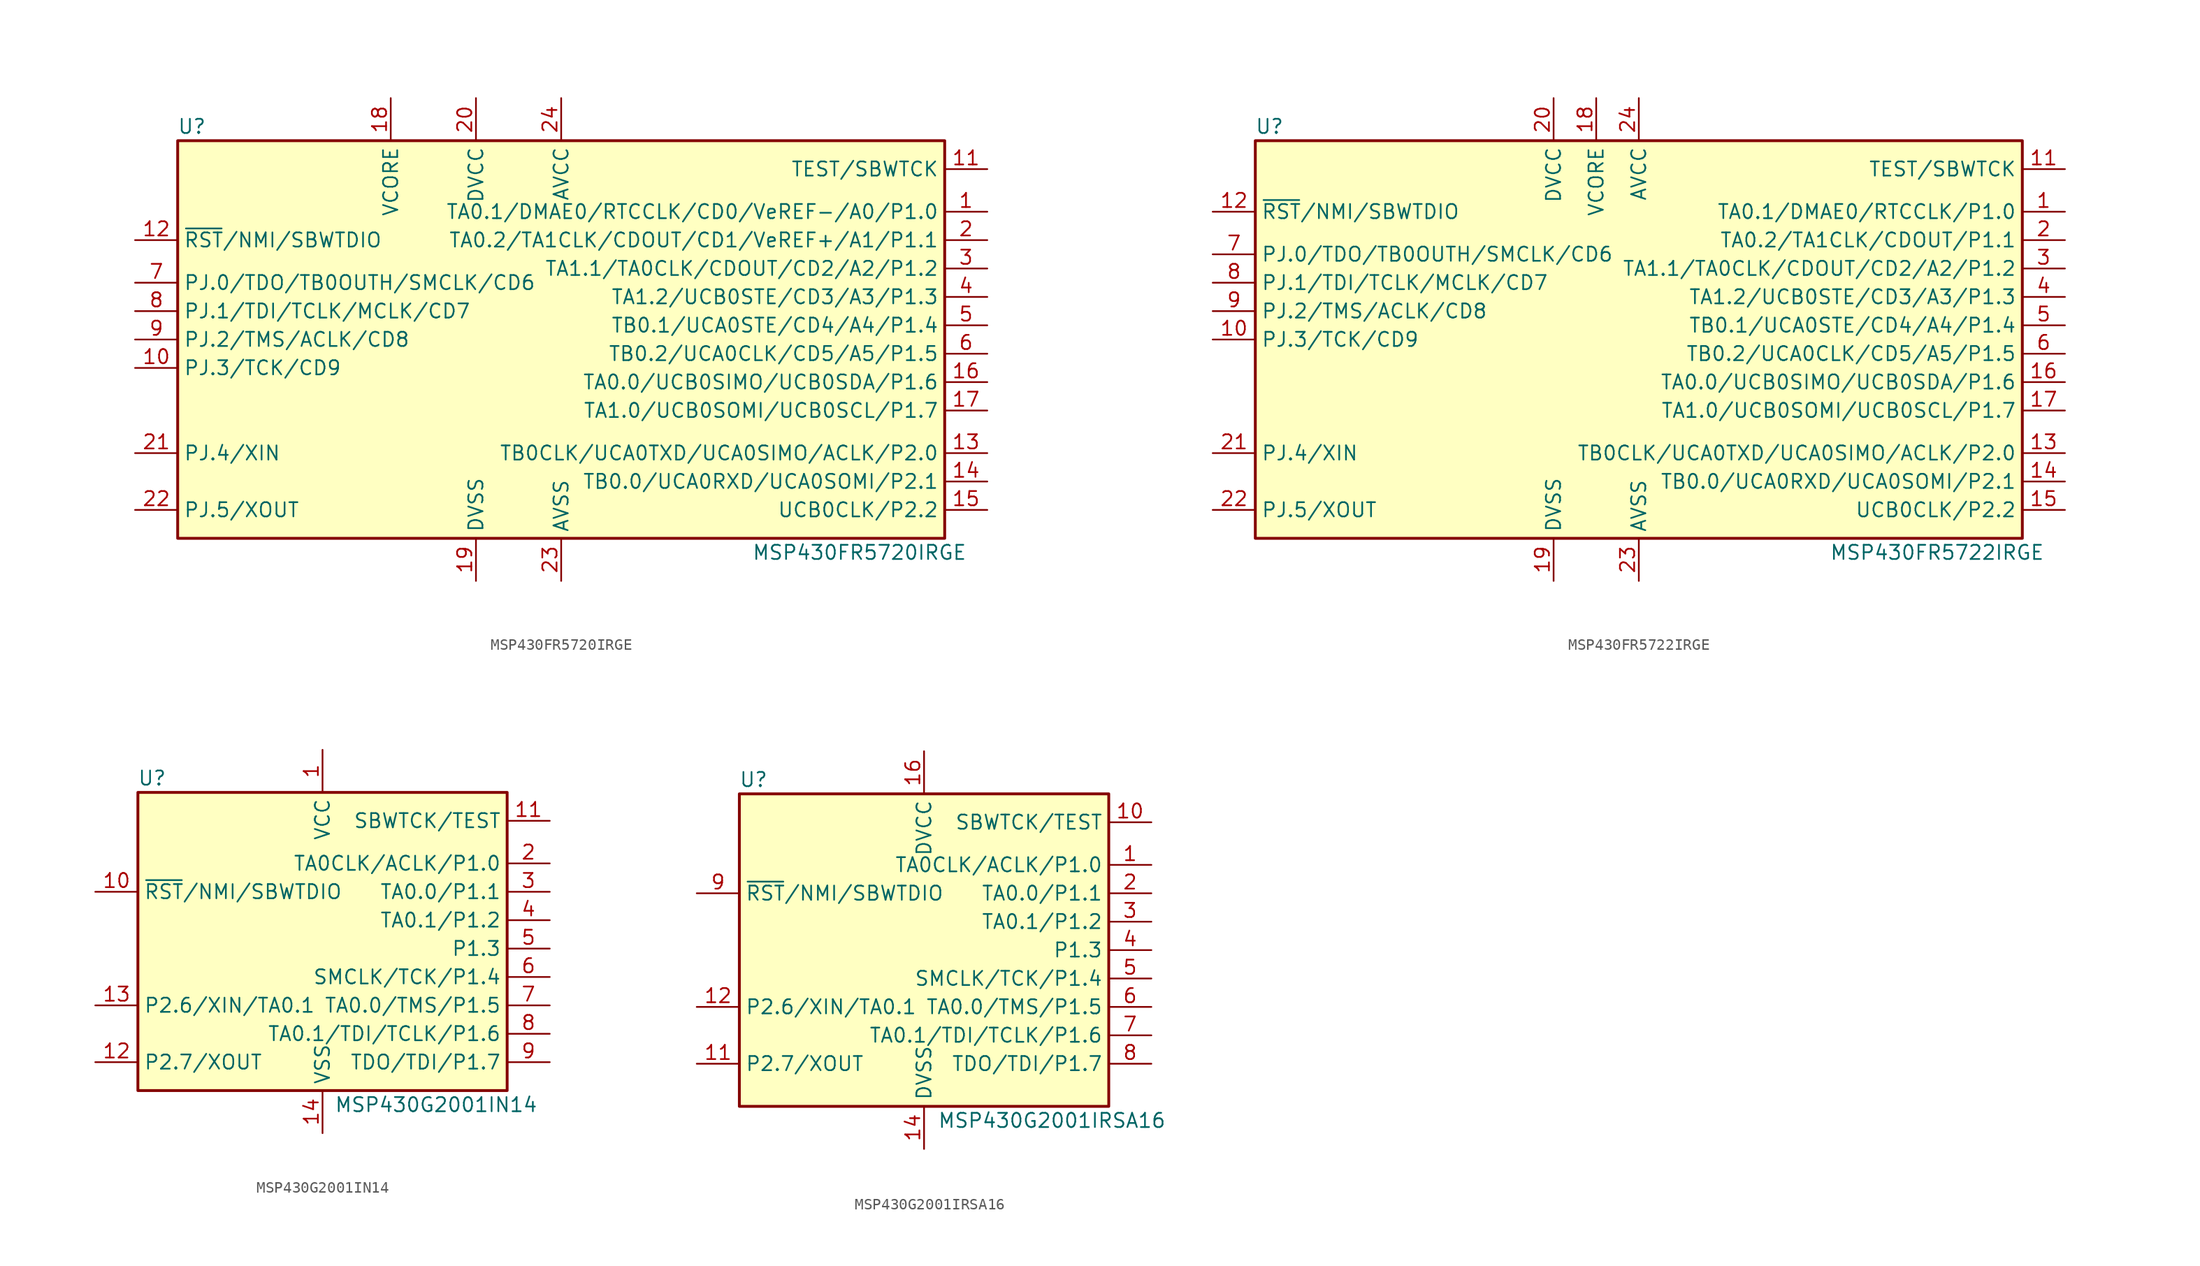
<source format=kicad_sym>
(kicad_symbol_lib
  (version 20211014)
  (generator kicad_symbol_editor)
  (symbol "MSP430FR5720IRGE"
    (property "Reference" "U"
      (at -33.02 19.05 0)
      (effects (font (size 1.27 1.27))))
    (property "Value" "MSP430FR5720IRGE"
      (at 26.67 -19.05 0)
      (effects (font (size 1.27 1.27))))
    (symbol "MSP430FR5720IRGE_0_1"
      (rectangle (start -34.29 17.78) (end 34.29 -17.78) (stroke (width 0.254) (type default) (color 0 0 0 0)) (fill (type background))))
    (symbol "MSP430FR5720IRGE_1_1"
      (pin bidirectional line (at 38.1 11.43 180) (length 3.81) (name "TA0.1/DMAE0/RTCCLK/CD0/VeREF-/A0/P1.0" (effects (font (size 1.27 1.27)))) (number "1" (effects (font (size 1.27 1.27)))))
      (pin bidirectional line (at -38.1 -2.54 0) (length 3.81) (name "PJ.3/TCK/CD9" (effects (font (size 1.27 1.27)))) (number "10" (effects (font (size 1.27 1.27)))))
      (pin input line (at 38.1 15.24 180) (length 3.81) (name "TEST/SBWTCK" (effects (font (size 1.27 1.27)))) (number "11" (effects (font (size 1.27 1.27)))))
      (pin input line (at -38.1 8.89 0) (length 3.81) (name "~{RST}/NMI/SBWTDIO" (effects (font (size 1.27 1.27)))) (number "12" (effects (font (size 1.27 1.27)))))
      (pin input line (at 38.1 -10.16 180) (length 3.81) (name "TB0CLK/UCA0TXD/UCA0SIMO/ACLK/P2.0" (effects (font (size 1.27 1.27)))) (number "13" (effects (font (size 1.27 1.27)))))
      (pin input line (at 38.1 -12.7 180) (length 3.81) (name "TB0.0/UCA0RXD/UCA0SOMI/P2.1" (effects (font (size 1.27 1.27)))) (number "14" (effects (font (size 1.27 1.27)))))
      (pin input line (at 38.1 -15.24 180) (length 3.81) (name "UCB0CLK/P2.2" (effects (font (size 1.27 1.27)))) (number "15" (effects (font (size 1.27 1.27)))))
      (pin input line (at 38.1 -3.81 180) (length 3.81) (name "TA0.0/UCB0SIMO/UCB0SDA/P1.6" (effects (font (size 1.27 1.27)))) (number "16" (effects (font (size 1.27 1.27)))))
      (pin input line (at 38.1 -6.35 180) (length 3.81) (name "TA1.0/UCB0SOMI/UCB0SCL/P1.7" (effects (font (size 1.27 1.27)))) (number "17" (effects (font (size 1.27 1.27)))))
      (pin input line (at -15.24 21.59 270) (length 3.81) (name "VCORE" (effects (font (size 1.27 1.27)))) (number "18" (effects (font (size 1.27 1.27)))))
      (pin power_in line (at -7.62 -21.59 90) (length 3.81) (name "DVSS" (effects (font (size 1.27 1.27)))) (number "19" (effects (font (size 1.27 1.27)))))
      (pin bidirectional line (at 38.1 8.89 180) (length 3.81) (name "TA0.2/TA1CLK/CDOUT/CD1/VeREF+/A1/P1.1" (effects (font (size 1.27 1.27)))) (number "2" (effects (font (size 1.27 1.27)))))
      (pin power_in line (at -7.62 21.59 270) (length 3.81) (name "DVCC" (effects (font (size 1.27 1.27)))) (number "20" (effects (font (size 1.27 1.27)))))
      (pin input line (at -38.1 -10.16 0) (length 3.81) (name "PJ.4/XIN" (effects (font (size 1.27 1.27)))) (number "21" (effects (font (size 1.27 1.27)))))
      (pin input line (at -38.1 -15.24 0) (length 3.81) (name "PJ.5/XOUT" (effects (font (size 1.27 1.27)))) (number "22" (effects (font (size 1.27 1.27)))))
      (pin power_in line (at 0 -21.59 90) (length 3.81) (name "AVSS" (effects (font (size 1.27 1.27)))) (number "23" (effects (font (size 1.27 1.27)))))
      (pin power_in line (at 0 21.59 270) (length 3.81) (name "AVCC" (effects (font (size 1.27 1.27)))) (number "24" (effects (font (size 1.27 1.27)))))
      (pin bidirectional line (at 38.1 6.35 180) (length 3.81) (name "TA1.1/TA0CLK/CDOUT/CD2/A2/P1.2" (effects (font (size 1.27 1.27)))) (number "3" (effects (font (size 1.27 1.27)))))
      (pin bidirectional line (at 38.1 3.81 180) (length 3.81) (name "TA1.2/UCB0STE/CD3/A3/P1.3" (effects (font (size 1.27 1.27)))) (number "4" (effects (font (size 1.27 1.27)))))
      (pin bidirectional line (at 38.1 1.27 180) (length 3.81) (name "TB0.1/UCA0STE/CD4/A4/P1.4" (effects (font (size 1.27 1.27)))) (number "5" (effects (font (size 1.27 1.27)))))
      (pin bidirectional line (at 38.1 -1.27 180) (length 3.81) (name "TB0.2/UCA0CLK/CD5/A5/P1.5" (effects (font (size 1.27 1.27)))) (number "6" (effects (font (size 1.27 1.27)))))
      (pin bidirectional line (at -38.1 5.08 0) (length 3.81) (name "PJ.0/TDO/TB0OUTH/SMCLK/CD6" (effects (font (size 1.27 1.27)))) (number "7" (effects (font (size 1.27 1.27)))))
      (pin bidirectional line (at -38.1 2.54 0) (length 3.81) (name "PJ.1/TDI/TCLK/MCLK/CD7" (effects (font (size 1.27 1.27)))) (number "8" (effects (font (size 1.27 1.27)))))
      (pin bidirectional line (at -38.1 0 0) (length 3.81) (name "PJ.2/TMS/ACLK/CD8" (effects (font (size 1.27 1.27)))) (number "9" (effects (font (size 1.27 1.27)))))))
  (symbol "MSP430FR5722IRGE"
    (property "Reference" "U"
      (at -33.02 19.05 0)
      (effects (font (size 1.27 1.27))))
    (property "Value" "MSP430FR5722IRGE"
      (at 26.67 -19.05 0)
      (effects (font (size 1.27 1.27))))
    (symbol "MSP430FR5722IRGE_0_1"
      (rectangle (start -34.29 17.78) (end 34.29 -17.78) (stroke (width 0.254) (type default) (color 0 0 0 0)) (fill (type background))))
    (symbol "MSP430FR5722IRGE_1_1"
      (pin bidirectional line (at 38.1 11.43 180) (length 3.81) (name "TA0.1/DMAE0/RTCCLK/P1.0" (effects (font (size 1.27 1.27)))) (number "1" (effects (font (size 1.27 1.27)))))
      (pin bidirectional line (at -38.1 0 0) (length 3.81) (name "PJ.3/TCK/CD9" (effects (font (size 1.27 1.27)))) (number "10" (effects (font (size 1.27 1.27)))))
      (pin input line (at 38.1 15.24 180) (length 3.81) (name "TEST/SBWTCK" (effects (font (size 1.27 1.27)))) (number "11" (effects (font (size 1.27 1.27)))))
      (pin input line (at -38.1 11.43 0) (length 3.81) (name "~{RST}/NMI/SBWTDIO" (effects (font (size 1.27 1.27)))) (number "12" (effects (font (size 1.27 1.27)))))
      (pin input line (at 38.1 -10.16 180) (length 3.81) (name "TB0CLK/UCA0TXD/UCA0SIMO/ACLK/P2.0" (effects (font (size 1.27 1.27)))) (number "13" (effects (font (size 1.27 1.27)))))
      (pin input line (at 38.1 -12.7 180) (length 3.81) (name "TB0.0/UCA0RXD/UCA0SOMI/P2.1" (effects (font (size 1.27 1.27)))) (number "14" (effects (font (size 1.27 1.27)))))
      (pin input line (at 38.1 -15.24 180) (length 3.81) (name "UCB0CLK/P2.2" (effects (font (size 1.27 1.27)))) (number "15" (effects (font (size 1.27 1.27)))))
      (pin input line (at 38.1 -3.81 180) (length 3.81) (name "TA0.0/UCB0SIMO/UCB0SDA/P1.6" (effects (font (size 1.27 1.27)))) (number "16" (effects (font (size 1.27 1.27)))))
      (pin input line (at 38.1 -6.35 180) (length 3.81) (name "TA1.0/UCB0SOMI/UCB0SCL/P1.7" (effects (font (size 1.27 1.27)))) (number "17" (effects (font (size 1.27 1.27)))))
      (pin input line (at -3.81 21.59 270) (length 3.81) (name "VCORE" (effects (font (size 1.27 1.27)))) (number "18" (effects (font (size 1.27 1.27)))))
      (pin power_in line (at -7.62 -21.59 90) (length 3.81) (name "DVSS" (effects (font (size 1.27 1.27)))) (number "19" (effects (font (size 1.27 1.27)))))
      (pin bidirectional line (at 38.1 8.89 180) (length 3.81) (name "TA0.2/TA1CLK/CDOUT/P1.1" (effects (font (size 1.27 1.27)))) (number "2" (effects (font (size 1.27 1.27)))))
      (pin power_in line (at -7.62 21.59 270) (length 3.81) (name "DVCC" (effects (font (size 1.27 1.27)))) (number "20" (effects (font (size 1.27 1.27)))))
      (pin input line (at -38.1 -10.16 0) (length 3.81) (name "PJ.4/XIN" (effects (font (size 1.27 1.27)))) (number "21" (effects (font (size 1.27 1.27)))))
      (pin input line (at -38.1 -15.24 0) (length 3.81) (name "PJ.5/XOUT" (effects (font (size 1.27 1.27)))) (number "22" (effects (font (size 1.27 1.27)))))
      (pin power_in line (at 0 -21.59 90) (length 3.81) (name "AVSS" (effects (font (size 1.27 1.27)))) (number "23" (effects (font (size 1.27 1.27)))))
      (pin power_in line (at 0 21.59 270) (length 3.81) (name "AVCC" (effects (font (size 1.27 1.27)))) (number "24" (effects (font (size 1.27 1.27)))))
      (pin bidirectional line (at 38.1 6.35 180) (length 3.81) (name "TA1.1/TA0CLK/CDOUT/CD2/A2/P1.2" (effects (font (size 1.27 1.27)))) (number "3" (effects (font (size 1.27 1.27)))))
      (pin bidirectional line (at 38.1 3.81 180) (length 3.81) (name "TA1.2/UCB0STE/CD3/A3/P1.3" (effects (font (size 1.27 1.27)))) (number "4" (effects (font (size 1.27 1.27)))))
      (pin bidirectional line (at 38.1 1.27 180) (length 3.81) (name "TB0.1/UCA0STE/CD4/A4/P1.4" (effects (font (size 1.27 1.27)))) (number "5" (effects (font (size 1.27 1.27)))))
      (pin bidirectional line (at 38.1 -1.27 180) (length 3.81) (name "TB0.2/UCA0CLK/CD5/A5/P1.5" (effects (font (size 1.27 1.27)))) (number "6" (effects (font (size 1.27 1.27)))))
      (pin bidirectional line (at -38.1 7.62 0) (length 3.81) (name "PJ.0/TDO/TB0OUTH/SMCLK/CD6" (effects (font (size 1.27 1.27)))) (number "7" (effects (font (size 1.27 1.27)))))
      (pin bidirectional line (at -38.1 5.08 0) (length 3.81) (name "PJ.1/TDI/TCLK/MCLK/CD7" (effects (font (size 1.27 1.27)))) (number "8" (effects (font (size 1.27 1.27)))))
      (pin bidirectional line (at -38.1 2.54 0) (length 3.81) (name "PJ.2/TMS/ACLK/CD8" (effects (font (size 1.27 1.27)))) (number "9" (effects (font (size 1.27 1.27)))))))
  (symbol "MSP430G2001IN14"
    (property "Reference" "U"
      (at -15.24 15.24 0)
      (effects (font (size 1.27 1.27))))
    (property "Value" "MSP430G2001IN14"
      (at 10.16 -13.97 0)
      (effects (font (size 1.27 1.27))))
    (symbol "MSP430G2001IN14_0_1"
      (rectangle (start -16.51 13.97) (end 16.51 -12.7) (stroke (width 0.254) (type default) (color 0 0 0 0)) (fill (type background))))
    (symbol "MSP430G2001IN14_1_1"
      (pin power_in line (at 0 17.78 270) (length 3.81) (name "VCC" (effects (font (size 1.27 1.27)))) (number "1" (effects (font (size 1.27 1.27)))))
      (pin input line (at -20.32 5.08 0) (length 3.81) (name "~{RST}/NMI/SBWTDIO" (effects (font (size 1.27 1.27)))) (number "10" (effects (font (size 1.27 1.27)))))
      (pin input line (at 20.32 11.43 180) (length 3.81) (name "SBWTCK/TEST" (effects (font (size 1.27 1.27)))) (number "11" (effects (font (size 1.27 1.27)))))
      (pin bidirectional line (at -20.32 -10.16 0) (length 3.81) (name "P2.7/XOUT" (effects (font (size 1.27 1.27)))) (number "12" (effects (font (size 1.27 1.27)))))
      (pin bidirectional line (at -20.32 -5.08 0) (length 3.81) (name "P2.6/XIN/TA0.1" (effects (font (size 1.27 1.27)))) (number "13" (effects (font (size 1.27 1.27)))))
      (pin power_in line (at 0 -16.51 90) (length 3.81) (name "VSS" (effects (font (size 1.27 1.27)))) (number "14" (effects (font (size 1.27 1.27)))))
      (pin bidirectional line (at 20.32 7.62 180) (length 3.81) (name "TA0CLK/ACLK/P1.0" (effects (font (size 1.27 1.27)))) (number "2" (effects (font (size 1.27 1.27)))))
      (pin bidirectional line (at 20.32 5.08 180) (length 3.81) (name "TA0.0/P1.1" (effects (font (size 1.27 1.27)))) (number "3" (effects (font (size 1.27 1.27)))))
      (pin bidirectional line (at 20.32 2.54 180) (length 3.81) (name "TA0.1/P1.2" (effects (font (size 1.27 1.27)))) (number "4" (effects (font (size 1.27 1.27)))))
      (pin bidirectional line (at 20.32 0 180) (length 3.81) (name "P1.3" (effects (font (size 1.27 1.27)))) (number "5" (effects (font (size 1.27 1.27)))))
      (pin bidirectional line (at 20.32 -2.54 180) (length 3.81) (name "SMCLK/TCK/P1.4" (effects (font (size 1.27 1.27)))) (number "6" (effects (font (size 1.27 1.27)))))
      (pin bidirectional line (at 20.32 -5.08 180) (length 3.81) (name "TA0.0/TMS/P1.5" (effects (font (size 1.27 1.27)))) (number "7" (effects (font (size 1.27 1.27)))))
      (pin bidirectional line (at 20.32 -7.62 180) (length 3.81) (name "TA0.1/TDI/TCLK/P1.6" (effects (font (size 1.27 1.27)))) (number "8" (effects (font (size 1.27 1.27)))))
      (pin bidirectional line (at 20.32 -10.16 180) (length 3.81) (name "TDO/TDI/P1.7" (effects (font (size 1.27 1.27)))) (number "9" (effects (font (size 1.27 1.27)))))))
  (symbol "MSP430G2001IRSA16"
    (property "Reference" "U"
      (at -15.24 15.24 0)
      (effects (font (size 1.27 1.27))))
    (property "Value" "MSP430G2001IRSA16"
      (at 11.43 -15.24 0)
      (effects (font (size 1.27 1.27))))
    (symbol "MSP430G2001IRSA16_0_1"
      (rectangle (start -16.51 13.97) (end 16.51 -13.97) (stroke (width 0.254) (type default) (color 0 0 0 0)) (fill (type background))))
    (symbol "MSP430G2001IRSA16_1_1"
      (pin bidirectional line (at 20.32 7.62 180) (length 3.81) (name "TA0CLK/ACLK/P1.0" (effects (font (size 1.27 1.27)))) (number "1" (effects (font (size 1.27 1.27)))))
      (pin input line (at 20.32 11.43 180) (length 3.81) (name "SBWTCK/TEST" (effects (font (size 1.27 1.27)))) (number "10" (effects (font (size 1.27 1.27)))))
      (pin bidirectional line (at -20.32 -10.16 0) (length 3.81) (name "P2.7/XOUT" (effects (font (size 1.27 1.27)))) (number "11" (effects (font (size 1.27 1.27)))))
      (pin bidirectional line (at -20.32 -5.08 0) (length 3.81) (name "P2.6/XIN/TA0.1" (effects (font (size 1.27 1.27)))) (number "12" (effects (font (size 1.27 1.27)))))
      (pin power_in line (at 0 -17.78 90) (length 3.81) (name "DVSS" (effects (font (size 1.27 1.27)))) (number "14" (effects (font (size 1.27 1.27)))))
      (pin power_in line (at 0 17.78 270) (length 3.81) (name "DVCC" (effects (font (size 1.27 1.27)))) (number "16" (effects (font (size 1.27 1.27)))))
      (pin bidirectional line (at 20.32 5.08 180) (length 3.81) (name "TA0.0/P1.1" (effects (font (size 1.27 1.27)))) (number "2" (effects (font (size 1.27 1.27)))))
      (pin bidirectional line (at 20.32 2.54 180) (length 3.81) (name "TA0.1/P1.2" (effects (font (size 1.27 1.27)))) (number "3" (effects (font (size 1.27 1.27)))))
      (pin bidirectional line (at 20.32 0 180) (length 3.81) (name "P1.3" (effects (font (size 1.27 1.27)))) (number "4" (effects (font (size 1.27 1.27)))))
      (pin bidirectional line (at 20.32 -2.54 180) (length 3.81) (name "SMCLK/TCK/P1.4" (effects (font (size 1.27 1.27)))) (number "5" (effects (font (size 1.27 1.27)))))
      (pin bidirectional line (at 20.32 -5.08 180) (length 3.81) (name "TA0.0/TMS/P1.5" (effects (font (size 1.27 1.27)))) (number "6" (effects (font (size 1.27 1.27)))))
      (pin bidirectional line (at 20.32 -7.62 180) (length 3.81) (name "TA0.1/TDI/TCLK/P1.6" (effects (font (size 1.27 1.27)))) (number "7" (effects (font (size 1.27 1.27)))))
      (pin bidirectional line (at 20.32 -10.16 180) (length 3.81) (name "TDO/TDI/P1.7" (effects (font (size 1.27 1.27)))) (number "8" (effects (font (size 1.27 1.27)))))
      (pin input line (at -20.32 5.08 0) (length 3.81) (name "~{RST}/NMI/SBWTDIO" (effects (font (size 1.27 1.27)))) (number "9" (effects (font (size 1.27 1.27))))))))
</source>
